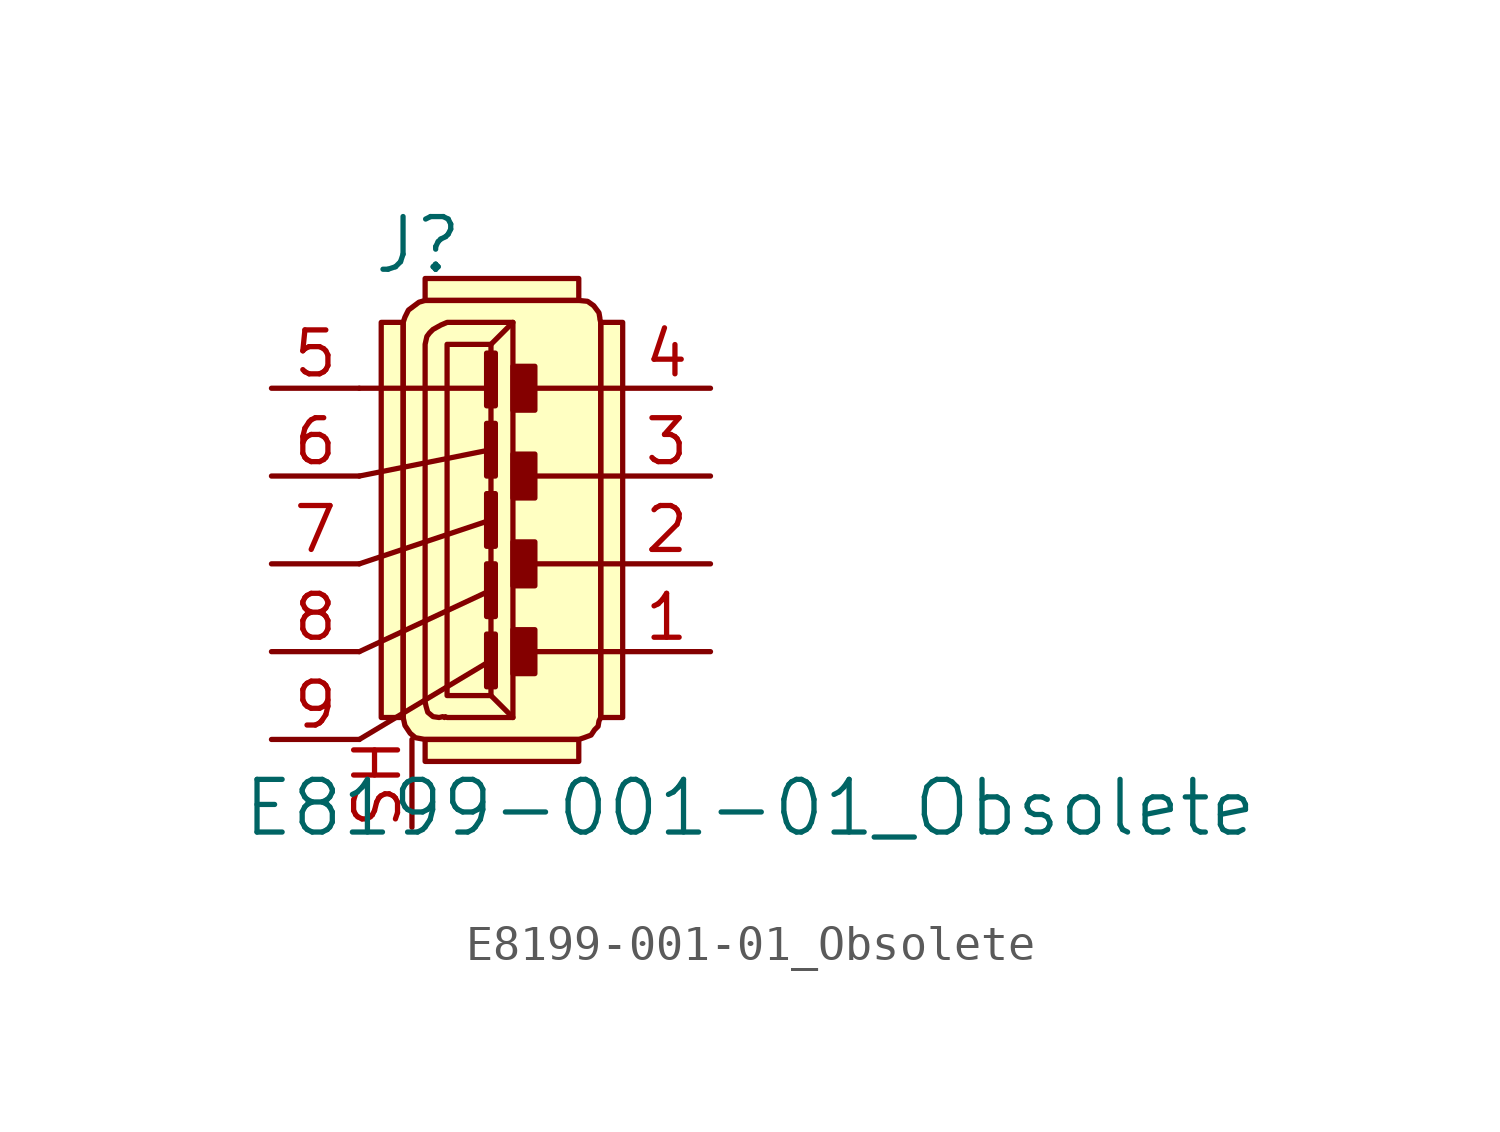
<source format=kicad_sym>
(kicad_symbol_lib
  (version 20201005)
  (generator kicad_symbol_editor)
  (symbol "E8199-001-01_Obsolete"
    (pin_names
      (offset 1.016))
    (property "Reference" "J"
      (at -0.838 9.22 0)
      (effects (font (size 1.524 1.524))))
    (property "Value" "E8199-001-01_Obsolete"
      (at 8.763 -7.061 0)
      (effects (font (size 1.524 1.524))))
    (symbol "E8199-001-01_Obsolete_0_1"
      (rectangle (start -1.27 -4.445) (end -1.905 6.985) (stroke (width 0)) (fill (type background)))
      (rectangle (start 1.27 6.35) (end 0 -3.81) (stroke (width 0)) (fill (type none)))
      (rectangle (start 1.397 -3.556) (end 1.143 -2.032) (stroke (width 0)) (fill (type outline)))
      (rectangle (start 1.397 -1.524) (end 1.143 0) (stroke (width 0)) (fill (type outline)))
      (rectangle (start 1.397 0.508) (end 1.143 2.032) (stroke (width 0)) (fill (type outline)))
      (rectangle (start 1.397 2.54) (end 1.143 4.064) (stroke (width 0)) (fill (type outline)))
      (rectangle (start 1.397 4.572) (end 1.143 6.096) (stroke (width 0)) (fill (type outline)))
      (rectangle (start 2.54 -1.905) (end 1.905 -3.175) (stroke (width 0)) (fill (type outline)))
      (rectangle (start 2.54 0.635) (end 1.905 -0.635) (stroke (width 0)) (fill (type outline)))
      (rectangle (start 2.54 3.175) (end 1.905 1.905) (stroke (width 0)) (fill (type outline)))
      (rectangle (start 2.54 4.445) (end 1.905 5.715) (stroke (width 0)) (fill (type outline)))
      (rectangle (start 3.81 -5.08) (end -0.635 -5.715) (stroke (width 0)) (fill (type background)))
      (rectangle (start 3.81 7.62) (end -0.635 8.255) (stroke (width 0)) (fill (type background)))
      (rectangle (start 4.445 6.985) (end 5.08 -4.445) (stroke (width 0)) (fill (type background)))
      (polyline (pts (xy -2.54 -5.08) (xy 1.27 -2.794)) (stroke (width 0)) (fill (type none)))
      (polyline (pts (xy -2.54 -2.54) (xy 1.27 -0.762)) (stroke (width 0)) (fill (type none)))
      (polyline (pts (xy -2.54 0) (xy 1.27 1.27)) (stroke (width 0)) (fill (type none)))
      (polyline (pts (xy -2.54 2.54) (xy 1.27 3.302)) (stroke (width 0)) (fill (type none)))
      (polyline (pts (xy -2.54 5.08) (xy 1.27 5.08)) (stroke (width 0)) (fill (type none)))
      (polyline (pts (xy 1.27 -3.81) (xy 1.905 -4.445)) (stroke (width 0)) (fill (type none)))
      (polyline (pts (xy 1.27 6.35) (xy 1.905 6.985)) (stroke (width 0)) (fill (type none)))
      (polyline (pts (xy 5.08 -2.54) (xy 2.54 -2.54)) (stroke (width 0)) (fill (type none)))
      (polyline (pts (xy 5.08 0) (xy 2.54 0)) (stroke (width 0)) (fill (type none)))
      (polyline (pts (xy 5.08 2.54) (xy 2.54 2.54)) (stroke (width 0)) (fill (type none)))
      (polyline (pts (xy 5.08 5.08) (xy 2.54 5.08)) (stroke (width 0)) (fill (type none)))
      (polyline (pts (xy -0.635 6.35) (xy -0.635 -3.81) (xy -0.635 -3.988) (xy -0.61 -4.115) (xy -0.559 -4.293) (xy -0.406 -4.42) (xy -0.229 -4.445) (xy -0.127 -4.42) (xy -0.076 -4.445) (xy -0.051 -4.42) (xy 0 -4.445) (xy 1.905 -4.445) (xy 1.905 6.985) (xy 0 6.985) (xy -0.178 6.909) (xy -0.406 6.782) (xy -0.508 6.68) (xy -0.584 6.579) (xy -0.635 6.35)) (stroke (width 0)) (fill (type none)))
      (polyline (pts (xy -0.635 -5.08) (xy 3.81 -5.08) (xy 3.962 -5.029) (xy 4.166 -4.953) (xy 4.267 -4.801) (xy 4.369 -4.699) (xy 4.394 -4.547) (xy 4.445 -4.445) (xy 4.445 6.985) (xy 4.42 7.087) (xy 4.42 7.112) (xy 4.394 7.264) (xy 4.242 7.468) (xy 4.064 7.595) (xy 3.81 7.62) (xy -0.635 7.62) (xy -0.813 7.569) (xy -1.118 7.341) (xy -1.219 7.137) (xy -1.27 6.985) (xy -1.27 -4.445) (xy -1.219 -4.674) (xy -1.067 -4.902) (xy -0.914 -5.029) (xy -0.635 -5.08)) (stroke (width 0)) (fill (type background))))
    (symbol "E8199-001-01_Obsolete_1_1"
      (pin passive line (at 7.62 -2.54 180) (length 2.54) (name "~" (effects (font (size 1.27 1.27)))) (number "1" (effects (font (size 1.27 1.27)))))
      (pin passive line (at 7.62 0 180) (length 2.54) (name "~" (effects (font (size 1.27 1.27)))) (number "2" (effects (font (size 1.27 1.27)))))
      (pin passive line (at 7.62 2.54 180) (length 2.54) (name "~" (effects (font (size 1.27 1.27)))) (number "3" (effects (font (size 1.27 1.27)))))
      (pin passive line (at 7.62 5.08 180) (length 2.54) (name "~" (effects (font (size 1.27 1.27)))) (number "4" (effects (font (size 1.27 1.27)))))
      (pin passive line (at -5.08 5.08 0) (length 2.54) (name "~" (effects (font (size 1.27 1.27)))) (number "5" (effects (font (size 1.27 1.27)))))
      (pin passive line (at -5.08 2.54 0) (length 2.54) (name "~" (effects (font (size 1.27 1.27)))) (number "6" (effects (font (size 1.27 1.27)))))
      (pin passive line (at -5.08 0 0) (length 2.54) (name "~" (effects (font (size 1.27 1.27)))) (number "7" (effects (font (size 1.27 1.27)))))
      (pin passive line (at -5.08 -2.54 0) (length 2.54) (name "~" (effects (font (size 1.27 1.27)))) (number "8" (effects (font (size 1.27 1.27)))))
      (pin passive line (at -5.08 -5.08 0) (length 2.54) (name "~" (effects (font (size 1.27 1.27)))) (number "9" (effects (font (size 1.27 1.27)))))
      (pin passive line (at -1.016 -7.62 90) (length 2.54) (name "~" (effects (font (size 1.27 1.27)))) (number "SH" (effects (font (size 1.27 1.27))))))))
</source>
